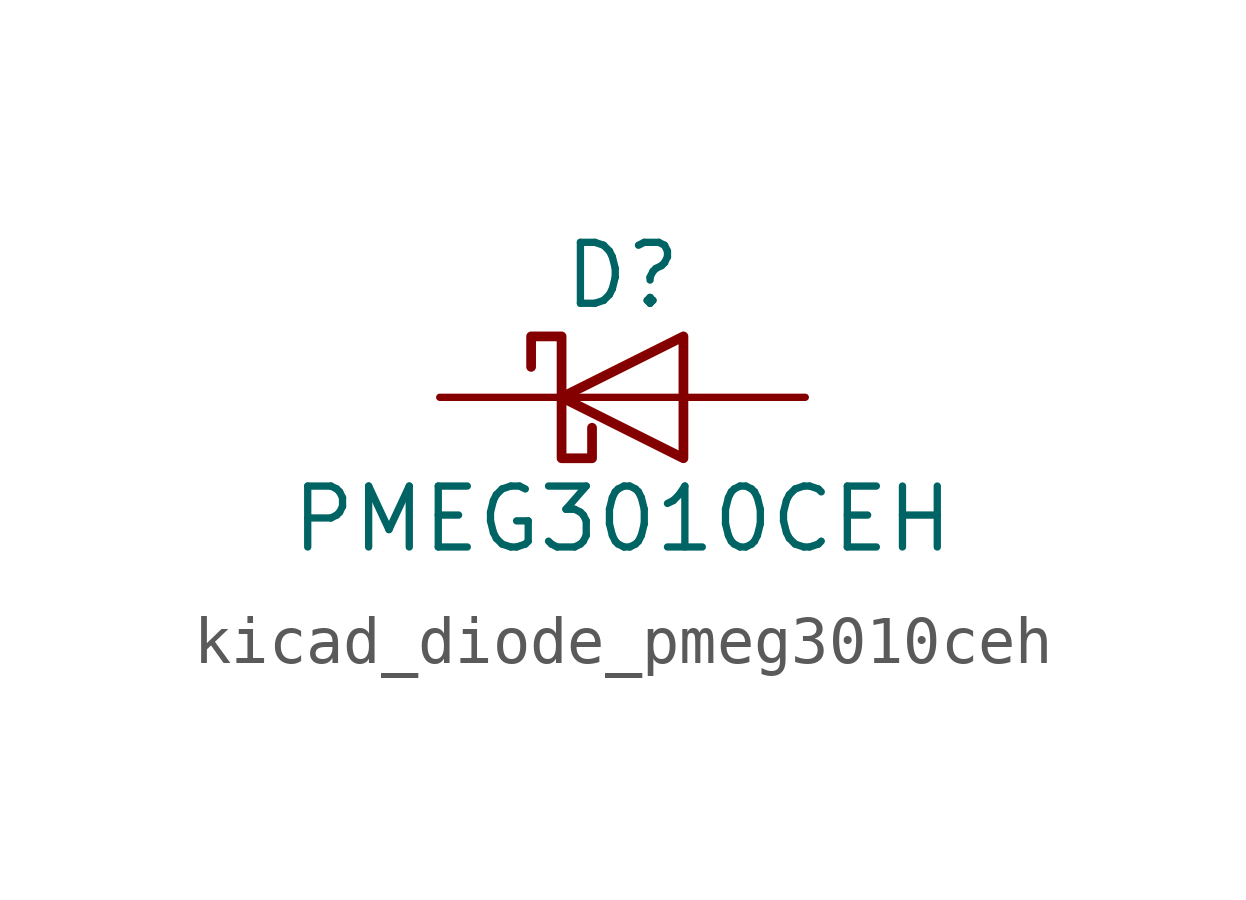
<source format=kicad_sym>
(kicad_symbol_lib
  (version 20220914)
  (generator kicad_symbol_editor)
  (symbol "kicad_diode_pmeg3010ceh"
    (pin_numbers hide)
    (pin_names hide)
    (property "Reference" "D"
      (at 0 2.54 0)
      (effects (font (size 1.27 1.27))))
    (property "Value" "PMEG3010CEH"
      (at 0 -2.54 0)
      (effects (font (size 1.27 1.27))))
    (symbol "kicad_diode_pmeg3010ceh_0_1"
      (polyline (pts (xy 1.27 0) (xy -1.27 0)) (stroke (width 0) (type default)) (fill (type none)))
      (polyline (pts (xy 1.27 1.27) (xy 1.27 -1.27) (xy -1.27 0) (xy 1.27 1.27)) (stroke (width 0.203) (type default)) (fill (type none)))
      (polyline (pts (xy -1.905 0.635) (xy -1.905 1.27) (xy -1.27 1.27) (xy -1.27 -1.27) (xy -0.635 -1.27) (xy -0.635 -0.635)) (stroke (width 0.203) (type default)) (fill (type none))))
    (symbol "kicad_diode_pmeg3010ceh_1_1"
      (pin passive line (at -3.81 0 0) (length 2.54) (name "K" (effects (font (size 1.27 1.27)))) (number "1" (effects (font (size 1.27 1.27)))))
      (pin passive line (at 3.81 0 180) (length 2.54) (name "A" (effects (font (size 1.27 1.27)))) (number "2" (effects (font (size 1.27 1.27))))))))
</source>
